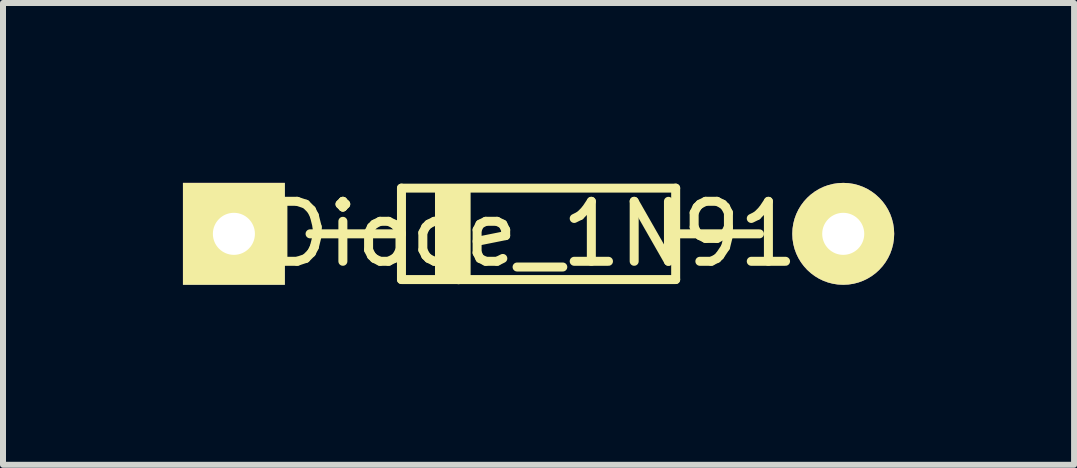
<source format=kicad_pcb>
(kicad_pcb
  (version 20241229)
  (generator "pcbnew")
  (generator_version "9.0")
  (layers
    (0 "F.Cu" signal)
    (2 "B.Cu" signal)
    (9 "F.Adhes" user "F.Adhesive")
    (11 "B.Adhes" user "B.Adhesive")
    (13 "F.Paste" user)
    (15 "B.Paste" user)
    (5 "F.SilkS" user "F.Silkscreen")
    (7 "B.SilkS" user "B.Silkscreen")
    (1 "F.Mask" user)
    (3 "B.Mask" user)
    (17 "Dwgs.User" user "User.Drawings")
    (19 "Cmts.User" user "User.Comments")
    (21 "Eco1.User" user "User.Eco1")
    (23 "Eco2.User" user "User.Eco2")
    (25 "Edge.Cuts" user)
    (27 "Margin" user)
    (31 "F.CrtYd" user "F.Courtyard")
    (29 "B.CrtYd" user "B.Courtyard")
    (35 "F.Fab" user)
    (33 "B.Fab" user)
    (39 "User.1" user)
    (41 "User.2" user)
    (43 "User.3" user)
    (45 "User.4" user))
  (footprint "Diode_1N914"
    (layer "F.Cu")
    (at 0.849 0.852)
    (property "Reference" "Diode_1N914" (at 5.461 0 0) (layer "F.SilkS") (effects (font (size 1 1) (thickness 0.15))))
    (attr through_hole)
    (fp_line (start 2.795 -0.765) (end 2.795 -0.003) (stroke (width 0.15) (type solid)) (layer "F.SilkS"))
    (fp_line (start 2.795 -0.003) (end 1.271 -0.003) (stroke (width 0.15) (type solid)) (layer "F.SilkS"))
    (fp_line (start 2.795 -0.003) (end 2.795 0.759) (stroke (width 0.15) (type solid)) (layer "F.SilkS"))
    (fp_line (start 2.795 0.759) (end 7.367 0.759) (stroke (width 0.15) (type solid)) (layer "F.SilkS"))
    (fp_line (start 3.429 -0.699) (end 3.429 0.699) (stroke (width 0.15) (type solid)) (layer "F.SilkS"))
    (fp_line (start 3.556 -0.699) (end 3.556 0.699) (stroke (width 0.15) (type solid)) (layer "F.SilkS"))
    (fp_line (start 3.619 -0.699) (end 3.619 0.699) (stroke (width 0.15) (type solid)) (layer "F.SilkS"))
    (fp_line (start 3.747 0.762) (end 3.747 -0.699) (stroke (width 0.15) (type solid)) (layer "F.SilkS"))
    (fp_line (start 3.873 -0.699) (end 3.873 0.699) (stroke (width 0.15) (type solid)) (layer "F.SilkS"))
    (fp_line (start 7.367 -0.765) (end 2.795 -0.765) (stroke (width 0.15) (type solid)) (layer "F.SilkS"))
    (fp_line (start 7.367 -0.003) (end 8.764 -0.003) (stroke (width 0.15) (type solid)) (layer "F.SilkS"))
    (fp_line (start 7.367 0.759) (end 7.367 -0.765) (stroke (width 0.15) (type solid)) (layer "F.SilkS"))
    (pad "1" thru_hole rect (at 0.001 -0.003 180) (size 1.699 1.699) (drill 0.701) (layers "*.Cu" "*.Mask" "F.SilkS"))
    (pad "2" thru_hole circle (at 10.161 -0.003 180) (size 1.699 1.699) (drill 0.701) (layers "*.Cu" "*.Mask" "F.SilkS")))
  (gr_rect
    (start -3 -3)
    (end 14.859 4.7)
    (stroke (width 0.1) (type default))
    (fill no)
    (layer "Edge.Cuts")))
</source>
